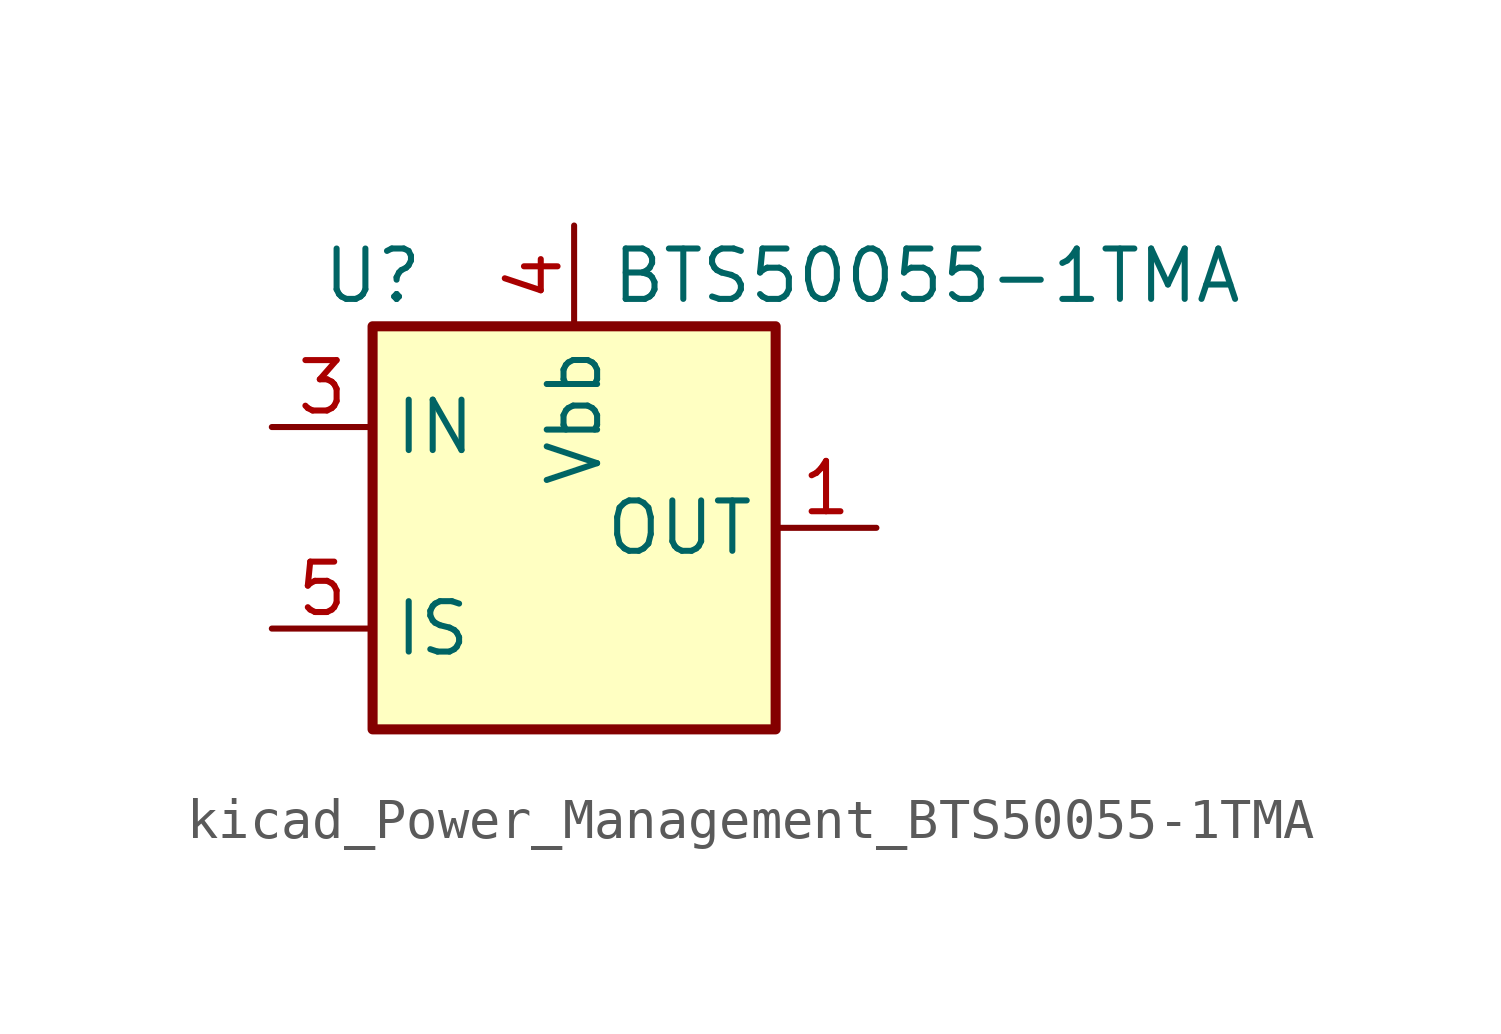
<source format=kicad_sym>
(kicad_symbol_lib
  (version 20220914)
  (generator kicad_symbol_editor)
  (symbol "kicad_Power_Management_BTS50055-1TMA"
    (property "Reference" "U"
      (at -5.08 6.35 0)
      (effects (font (size 1.27 1.27))))
    (property "Value" "BTS50055-1TMA"
      (at 8.89 6.35 0)
      (effects (font (size 1.27 1.27))))
    (symbol "kicad_Power_Management_BTS50055-1TMA_0_1"
      (rectangle (start -5.08 5.08) (end 5.08 -5.08) (stroke (width 0.254) (type default)) (fill (type background))))
    (symbol "kicad_Power_Management_BTS50055-1TMA_1_1"
      (pin power_out line (at 7.62 0 180) (length 2.54) (name "OUT" (effects (font (size 1.27 1.27)))) (number "1" (effects (font (size 1.27 1.27)))))
      (pin passive line (at 7.62 0 180) (length 2.54) hide (name "OUT" (effects (font (size 1.27 1.27)))) (number "2" (effects (font (size 1.27 1.27)))))
      (pin input line (at -7.62 2.54 0) (length 2.54) (name "IN" (effects (font (size 1.27 1.27)))) (number "3" (effects (font (size 1.27 1.27)))))
      (pin power_in line (at 0 7.62 270) (length 2.54) (name "Vbb" (effects (font (size 1.27 1.27)))) (number "4" (effects (font (size 1.27 1.27)))))
      (pin output line (at -7.62 -2.54 0) (length 2.54) (name "IS" (effects (font (size 1.27 1.27)))) (number "5" (effects (font (size 1.27 1.27)))))
      (pin passive line (at 7.62 0 180) (length 2.54) hide (name "OUT" (effects (font (size 1.27 1.27)))) (number "6" (effects (font (size 1.27 1.27)))))
      (pin passive line (at 7.62 0 180) (length 2.54) hide (name "OUT" (effects (font (size 1.27 1.27)))) (number "7" (effects (font (size 1.27 1.27))))))))
</source>
